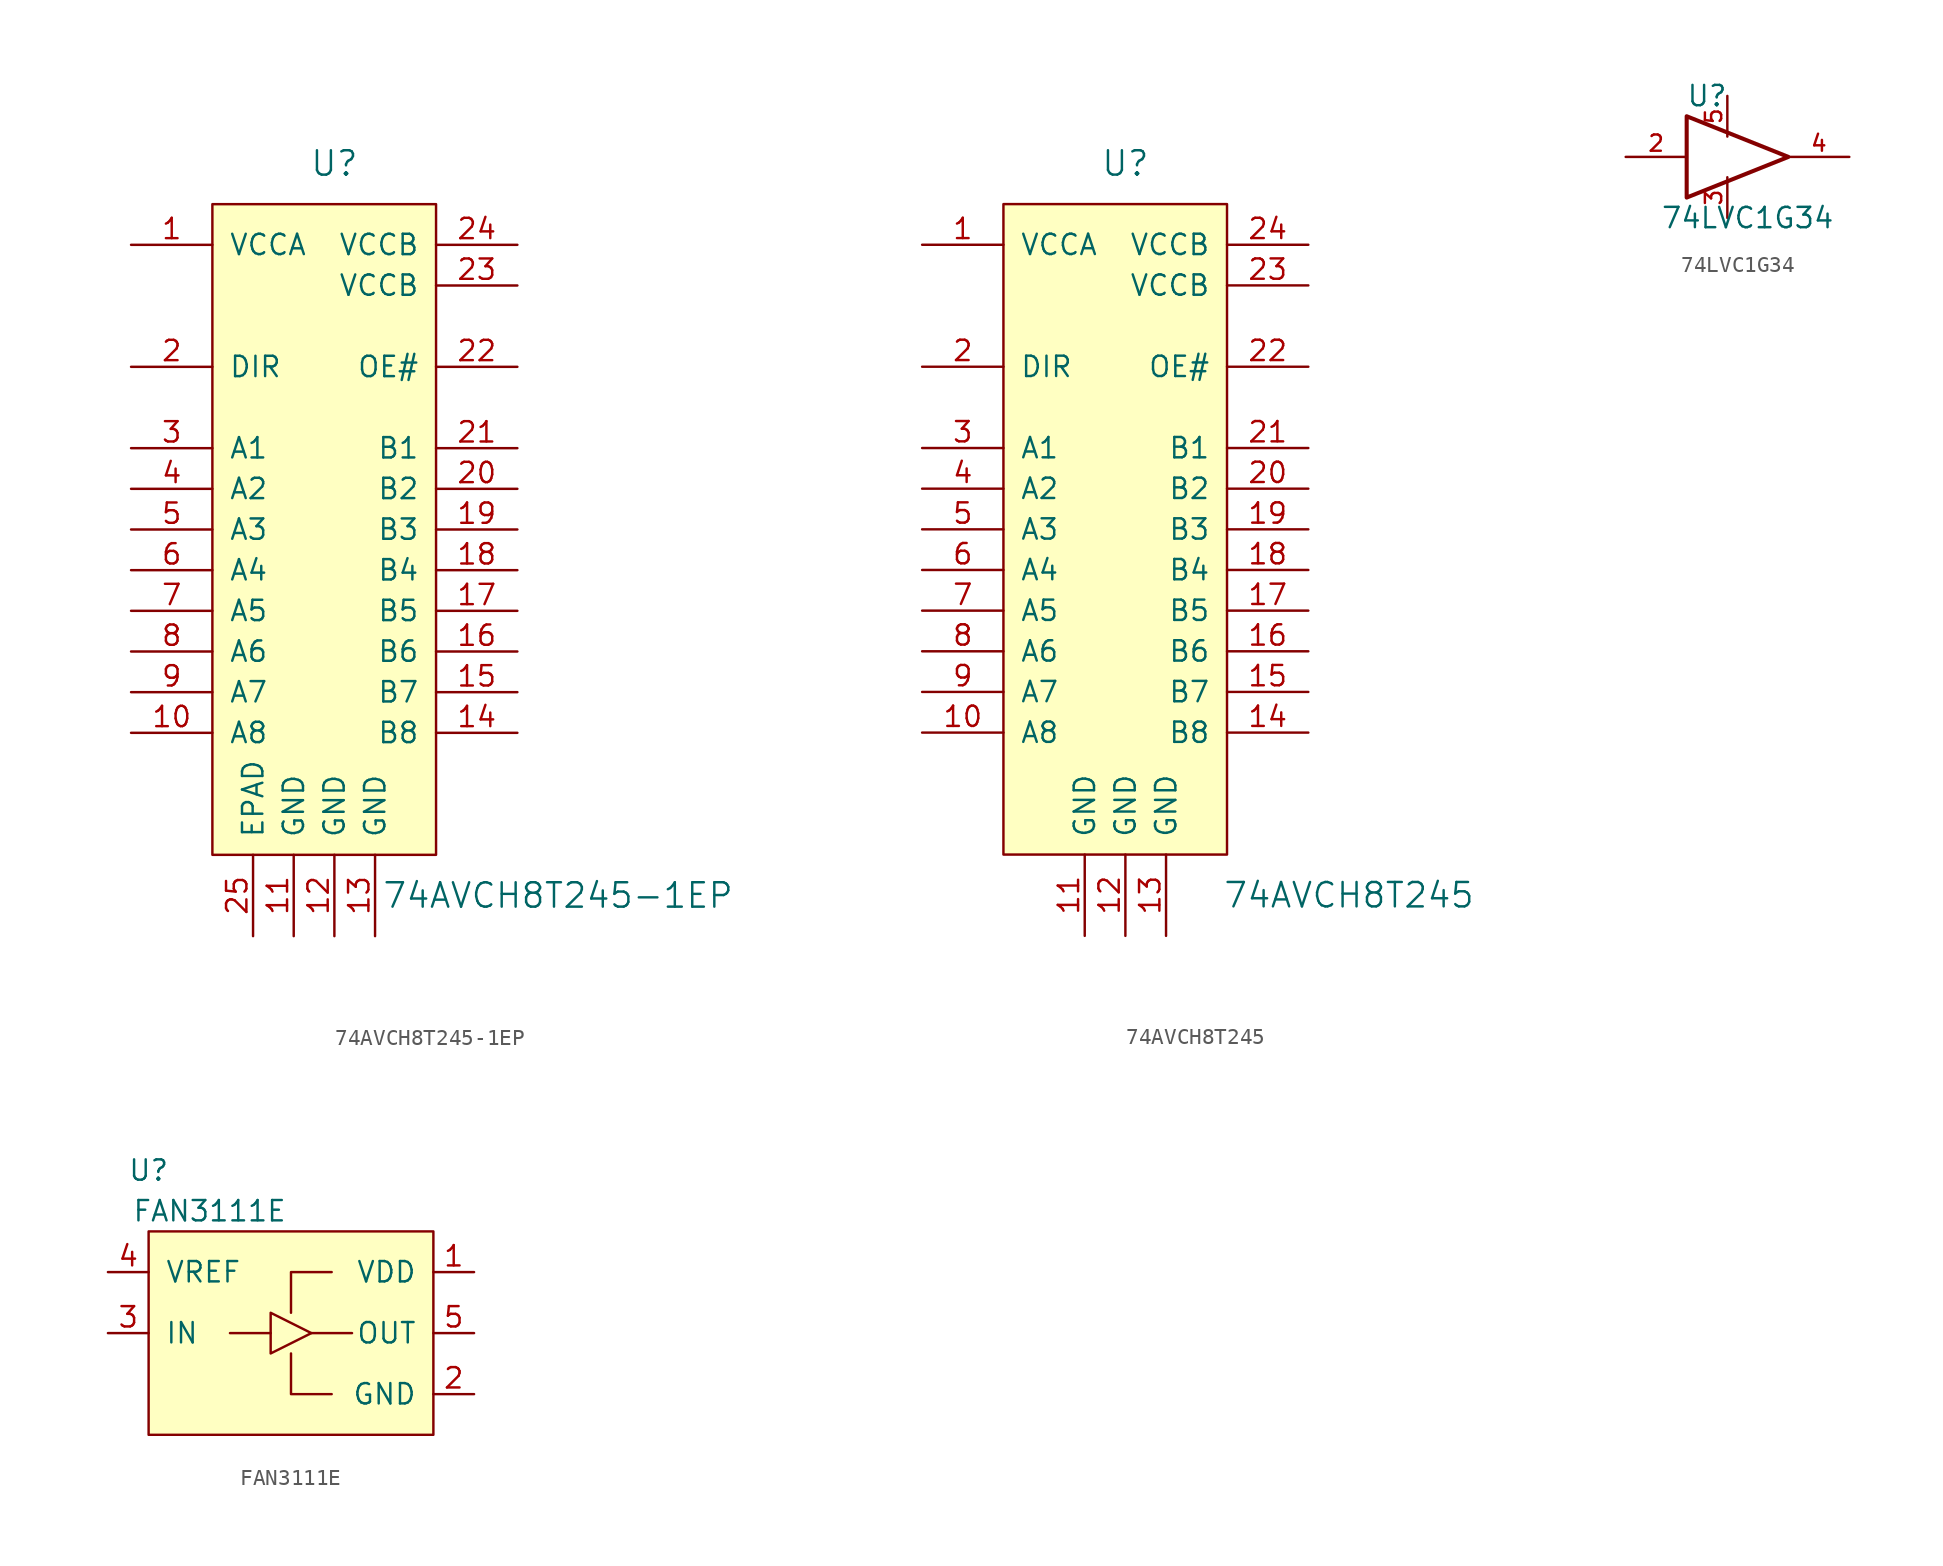
<source format=kicad_sym>
(kicad_symbol_lib
  (version 20201005)
  (generator kicad_symbol_editor)
  (symbol "voltage_translators:74AVCH8T245-1EP"
    (pin_names
      (offset 1.016))
    (property "Reference" "U"
      (at 0 25.4 0)
      (effects (font (size 1.524 1.524))))
    (property "Value" "74AVCH8T245-1EP"
      (at 13.97 -20.32 0)
      (effects (font (size 1.524 1.524))))
    (property "Footprint" ""
      (at 0 0 0)
      (effects (font (size 1.524 1.524))))
    (property "Datasheet" ""
      (at 0 0 0)
      (effects (font (size 1.524 1.524))))
    (symbol "74AVCH8T245-1EP_0_1"
      (rectangle (start -7.62 22.86) (end 6.35 -17.78) (stroke (width 0)) (fill (type background))))
    (symbol "74AVCH8T245-1EP_1_1"
      (pin input line (at -12.7 20.32 0) (length 5.08) (name "VCCA" (effects (font (size 1.27 1.27)))) (number "1" (effects (font (size 1.27 1.27)))))
      (pin input line (at -12.7 -10.16 0) (length 5.08) (name "A8" (effects (font (size 1.27 1.27)))) (number "10" (effects (font (size 1.27 1.27)))))
      (pin input line (at -2.54 -22.86 90) (length 5.08) (name "GND" (effects (font (size 1.27 1.27)))) (number "11" (effects (font (size 1.27 1.27)))))
      (pin input line (at 0 -22.86 90) (length 5.08) (name "GND" (effects (font (size 1.27 1.27)))) (number "12" (effects (font (size 1.27 1.27)))))
      (pin input line (at 2.54 -22.86 90) (length 5.08) (name "GND" (effects (font (size 1.27 1.27)))) (number "13" (effects (font (size 1.27 1.27)))))
      (pin input line (at 11.43 -10.16 180) (length 5.08) (name "B8" (effects (font (size 1.27 1.27)))) (number "14" (effects (font (size 1.27 1.27)))))
      (pin input line (at 11.43 -7.62 180) (length 5.08) (name "B7" (effects (font (size 1.27 1.27)))) (number "15" (effects (font (size 1.27 1.27)))))
      (pin input line (at 11.43 -5.08 180) (length 5.08) (name "B6" (effects (font (size 1.27 1.27)))) (number "16" (effects (font (size 1.27 1.27)))))
      (pin input line (at 11.43 -2.54 180) (length 5.08) (name "B5" (effects (font (size 1.27 1.27)))) (number "17" (effects (font (size 1.27 1.27)))))
      (pin input line (at 11.43 0 180) (length 5.08) (name "B4" (effects (font (size 1.27 1.27)))) (number "18" (effects (font (size 1.27 1.27)))))
      (pin input line (at 11.43 2.54 180) (length 5.08) (name "B3" (effects (font (size 1.27 1.27)))) (number "19" (effects (font (size 1.27 1.27)))))
      (pin input line (at -12.7 12.7 0) (length 5.08) (name "DIR" (effects (font (size 1.27 1.27)))) (number "2" (effects (font (size 1.27 1.27)))))
      (pin input line (at 11.43 5.08 180) (length 5.08) (name "B2" (effects (font (size 1.27 1.27)))) (number "20" (effects (font (size 1.27 1.27)))))
      (pin input line (at 11.43 7.62 180) (length 5.08) (name "B1" (effects (font (size 1.27 1.27)))) (number "21" (effects (font (size 1.27 1.27)))))
      (pin input line (at 11.43 12.7 180) (length 5.08) (name "OE#" (effects (font (size 1.27 1.27)))) (number "22" (effects (font (size 1.27 1.27)))))
      (pin input line (at 11.43 17.78 180) (length 5.08) (name "VCCB" (effects (font (size 1.27 1.27)))) (number "23" (effects (font (size 1.27 1.27)))))
      (pin input line (at 11.43 20.32 180) (length 5.08) (name "VCCB" (effects (font (size 1.27 1.27)))) (number "24" (effects (font (size 1.27 1.27)))))
      (pin input line (at -5.08 -22.86 90) (length 5.08) (name "EPAD" (effects (font (size 1.27 1.27)))) (number "25" (effects (font (size 1.27 1.27)))))
      (pin input line (at -12.7 7.62 0) (length 5.08) (name "A1" (effects (font (size 1.27 1.27)))) (number "3" (effects (font (size 1.27 1.27)))))
      (pin input line (at -12.7 5.08 0) (length 5.08) (name "A2" (effects (font (size 1.27 1.27)))) (number "4" (effects (font (size 1.27 1.27)))))
      (pin input line (at -12.7 2.54 0) (length 5.08) (name "A3" (effects (font (size 1.27 1.27)))) (number "5" (effects (font (size 1.27 1.27)))))
      (pin input line (at -12.7 0 0) (length 5.08) (name "A4" (effects (font (size 1.27 1.27)))) (number "6" (effects (font (size 1.27 1.27)))))
      (pin input line (at -12.7 -2.54 0) (length 5.08) (name "A5" (effects (font (size 1.27 1.27)))) (number "7" (effects (font (size 1.27 1.27)))))
      (pin input line (at -12.7 -5.08 0) (length 5.08) (name "A6" (effects (font (size 1.27 1.27)))) (number "8" (effects (font (size 1.27 1.27)))))
      (pin input line (at -12.7 -7.62 0) (length 5.08) (name "A7" (effects (font (size 1.27 1.27)))) (number "9" (effects (font (size 1.27 1.27)))))))
  (symbol "voltage_translators:74AVCH8T245"
    (pin_names
      (offset 1.016))
    (property "Reference" "U"
      (at 0 25.4 0)
      (effects (font (size 1.524 1.524))))
    (property "Value" "74AVCH8T245"
      (at 13.97 -20.32 0)
      (effects (font (size 1.524 1.524))))
    (property "Footprint" ""
      (at 0 0 0)
      (effects (font (size 1.524 1.524))))
    (property "Datasheet" ""
      (at 0 0 0)
      (effects (font (size 1.524 1.524))))
    (symbol "74AVCH8T245_0_1"
      (rectangle (start -7.62 22.86) (end 6.35 -17.78) (stroke (width 0)) (fill (type background))))
    (symbol "74AVCH8T245_1_1"
      (pin input line (at -12.7 20.32 0) (length 5.08) (name "VCCA" (effects (font (size 1.27 1.27)))) (number "1" (effects (font (size 1.27 1.27)))))
      (pin input line (at -12.7 -10.16 0) (length 5.08) (name "A8" (effects (font (size 1.27 1.27)))) (number "10" (effects (font (size 1.27 1.27)))))
      (pin input line (at -2.54 -22.86 90) (length 5.08) (name "GND" (effects (font (size 1.27 1.27)))) (number "11" (effects (font (size 1.27 1.27)))))
      (pin input line (at 0 -22.86 90) (length 5.08) (name "GND" (effects (font (size 1.27 1.27)))) (number "12" (effects (font (size 1.27 1.27)))))
      (pin input line (at 2.54 -22.86 90) (length 5.08) (name "GND" (effects (font (size 1.27 1.27)))) (number "13" (effects (font (size 1.27 1.27)))))
      (pin input line (at 11.43 -10.16 180) (length 5.08) (name "B8" (effects (font (size 1.27 1.27)))) (number "14" (effects (font (size 1.27 1.27)))))
      (pin input line (at 11.43 -7.62 180) (length 5.08) (name "B7" (effects (font (size 1.27 1.27)))) (number "15" (effects (font (size 1.27 1.27)))))
      (pin input line (at 11.43 -5.08 180) (length 5.08) (name "B6" (effects (font (size 1.27 1.27)))) (number "16" (effects (font (size 1.27 1.27)))))
      (pin input line (at 11.43 -2.54 180) (length 5.08) (name "B5" (effects (font (size 1.27 1.27)))) (number "17" (effects (font (size 1.27 1.27)))))
      (pin input line (at 11.43 0 180) (length 5.08) (name "B4" (effects (font (size 1.27 1.27)))) (number "18" (effects (font (size 1.27 1.27)))))
      (pin input line (at 11.43 2.54 180) (length 5.08) (name "B3" (effects (font (size 1.27 1.27)))) (number "19" (effects (font (size 1.27 1.27)))))
      (pin input line (at -12.7 12.7 0) (length 5.08) (name "DIR" (effects (font (size 1.27 1.27)))) (number "2" (effects (font (size 1.27 1.27)))))
      (pin input line (at 11.43 5.08 180) (length 5.08) (name "B2" (effects (font (size 1.27 1.27)))) (number "20" (effects (font (size 1.27 1.27)))))
      (pin input line (at 11.43 7.62 180) (length 5.08) (name "B1" (effects (font (size 1.27 1.27)))) (number "21" (effects (font (size 1.27 1.27)))))
      (pin input line (at 11.43 12.7 180) (length 5.08) (name "OE#" (effects (font (size 1.27 1.27)))) (number "22" (effects (font (size 1.27 1.27)))))
      (pin input line (at 11.43 17.78 180) (length 5.08) (name "VCCB" (effects (font (size 1.27 1.27)))) (number "23" (effects (font (size 1.27 1.27)))))
      (pin input line (at 11.43 20.32 180) (length 5.08) (name "VCCB" (effects (font (size 1.27 1.27)))) (number "24" (effects (font (size 1.27 1.27)))))
      (pin input line (at -12.7 7.62 0) (length 5.08) (name "A1" (effects (font (size 1.27 1.27)))) (number "3" (effects (font (size 1.27 1.27)))))
      (pin input line (at -12.7 5.08 0) (length 5.08) (name "A2" (effects (font (size 1.27 1.27)))) (number "4" (effects (font (size 1.27 1.27)))))
      (pin input line (at -12.7 2.54 0) (length 5.08) (name "A3" (effects (font (size 1.27 1.27)))) (number "5" (effects (font (size 1.27 1.27)))))
      (pin input line (at -12.7 0 0) (length 5.08) (name "A4" (effects (font (size 1.27 1.27)))) (number "6" (effects (font (size 1.27 1.27)))))
      (pin input line (at -12.7 -2.54 0) (length 5.08) (name "A5" (effects (font (size 1.27 1.27)))) (number "7" (effects (font (size 1.27 1.27)))))
      (pin input line (at -12.7 -5.08 0) (length 5.08) (name "A6" (effects (font (size 1.27 1.27)))) (number "8" (effects (font (size 1.27 1.27)))))
      (pin input line (at -12.7 -7.62 0) (length 5.08) (name "A7" (effects (font (size 1.27 1.27)))) (number "9" (effects (font (size 1.27 1.27)))))))
  (symbol "voltage_translators:74LVC1G34"
    (pin_names
      (offset 1.016))
    (property "Reference" "U"
      (at -2.54 3.81 0)
      (effects (font (size 1.27 1.27))))
    (property "Value" "74LVC1G34"
      (at 0 -3.81 0)
      (effects (font (size 1.27 1.27))))
    (symbol "74LVC1G34_0_1"
      (polyline (pts (xy -3.81 2.54) (xy -3.81 -2.54) (xy 2.54 0) (xy -3.81 2.54)) (stroke (width 0.254)) (fill (type none))))
    (symbol "74LVC1G34_1_1"
      (pin input line (at -7.62 0 0) (length 3.81) (name "~" (effects (font (size 1.016 1.016)))) (number "2" (effects (font (size 1.016 1.016)))))
      (pin power_in line (at -1.27 -3.81 90) (length 2.54) (name "~" (effects (font (size 1.016 1.016)))) (number "3" (effects (font (size 1.016 1.016)))))
      (pin output line (at 6.35 0 180) (length 3.81) (name "~" (effects (font (size 1.016 1.016)))) (number "4" (effects (font (size 1.016 1.016)))))
      (pin power_in line (at -1.27 3.81 270) (length 2.54) (name "~" (effects (font (size 1.016 1.016)))) (number "5" (effects (font (size 1.016 1.016)))))))
  (symbol "voltage_translators:FAN3111E"
    (pin_names
      (offset 1.016))
    (property "Reference" "U"
      (at -8.89 10.16 0)
      (effects (font (size 1.27 1.27))))
    (property "Value" "FAN3111E"
      (at -5.08 7.62 0)
      (effects (font (size 1.27 1.27))))
    (symbol "FAN3111E_0_1"
      (rectangle (start -8.89 6.35) (end 8.89 -6.35) (stroke (width 0)) (fill (type background)))
      (polyline (pts (xy -3.81 0) (xy -1.27 0)) (stroke (width 0)) (fill (type none)))
      (polyline (pts (xy 1.27 0) (xy 3.81 0)) (stroke (width 0)) (fill (type none)))
      (polyline (pts (xy 0 -1.27) (xy 0 -3.81) (xy 2.54 -3.81)) (stroke (width 0)) (fill (type none)))
      (polyline (pts (xy 0 1.27) (xy 0 3.81) (xy 2.54 3.81)) (stroke (width 0)) (fill (type none)))
      (polyline (pts (xy -1.27 1.27) (xy -1.27 -1.27) (xy 1.27 0) (xy -1.27 1.27)) (stroke (width 0)) (fill (type none))))
    (symbol "FAN3111E_1_1"
      (pin power_in line (at 11.43 3.81 180) (length 2.54) (name "VDD" (effects (font (size 1.27 1.27)))) (number "1" (effects (font (size 1.27 1.27)))))
      (pin power_in line (at 11.43 -3.81 180) (length 2.54) (name "GND" (effects (font (size 1.27 1.27)))) (number "2" (effects (font (size 1.27 1.27)))))
      (pin input line (at -11.43 0 0) (length 2.54) (name "IN" (effects (font (size 1.27 1.27)))) (number "3" (effects (font (size 1.27 1.27)))))
      (pin power_in line (at -11.43 3.81 0) (length 2.54) (name "VREF" (effects (font (size 1.27 1.27)))) (number "4" (effects (font (size 1.27 1.27)))))
      (pin power_out line (at 11.43 0 180) (length 2.54) (name "OUT" (effects (font (size 1.27 1.27)))) (number "5" (effects (font (size 1.27 1.27))))))))
</source>
